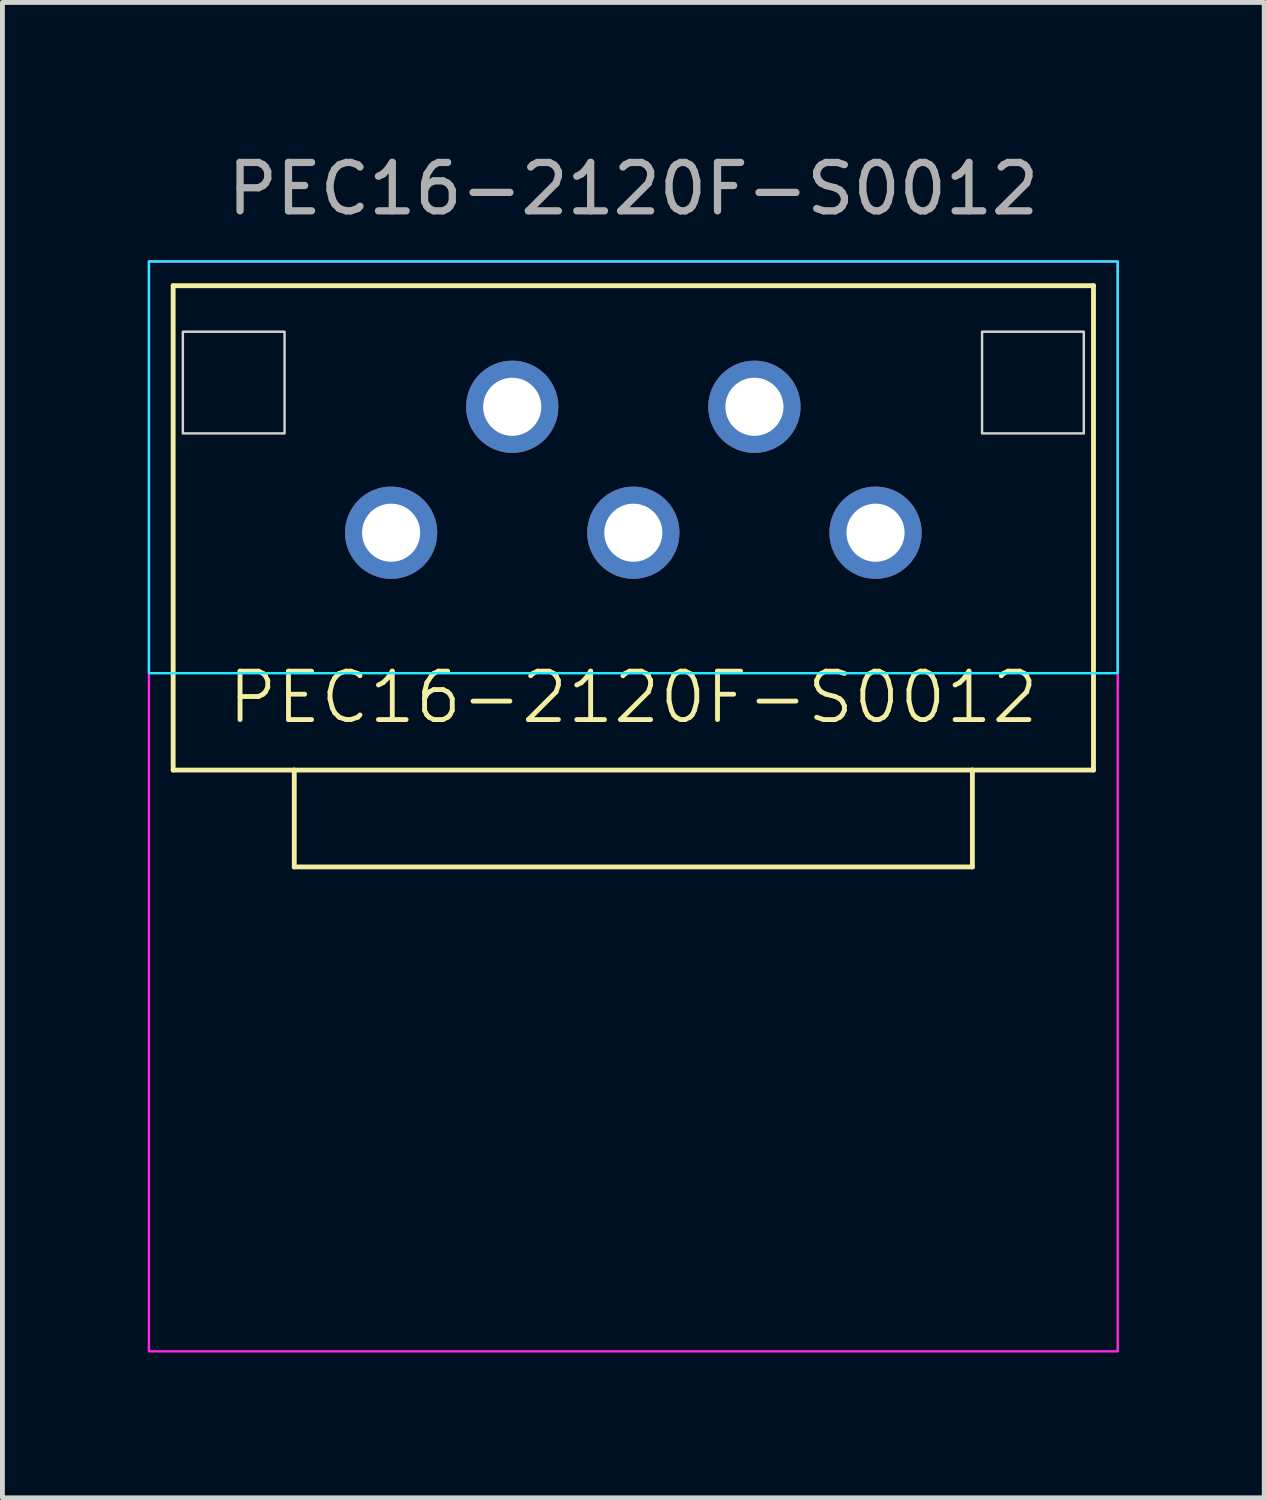
<source format=kicad_pcb>
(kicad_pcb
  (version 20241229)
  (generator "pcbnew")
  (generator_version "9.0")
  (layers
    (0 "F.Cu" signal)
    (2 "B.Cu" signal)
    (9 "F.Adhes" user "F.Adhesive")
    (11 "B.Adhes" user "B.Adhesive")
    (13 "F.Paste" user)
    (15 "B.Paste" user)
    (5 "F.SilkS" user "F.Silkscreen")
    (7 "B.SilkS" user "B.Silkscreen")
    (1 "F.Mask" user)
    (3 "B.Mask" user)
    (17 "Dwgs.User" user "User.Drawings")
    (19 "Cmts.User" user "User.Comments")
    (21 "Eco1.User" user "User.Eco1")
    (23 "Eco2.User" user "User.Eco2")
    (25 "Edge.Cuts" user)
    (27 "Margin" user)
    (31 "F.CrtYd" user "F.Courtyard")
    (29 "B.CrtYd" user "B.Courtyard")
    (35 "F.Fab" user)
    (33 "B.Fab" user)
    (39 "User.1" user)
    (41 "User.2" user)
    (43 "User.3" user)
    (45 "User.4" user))
  (footprint "PEC16-2120F-S0012"
    (layer "F.Cu")
    (at 10.025 4.848)
    (property "Reference" "PEC16-2120F-S0012" (at 0 6.5 0) (unlocked yes) (layer "F.SilkS") (effects (font (size 1 1) (thickness 0.1))))
    (attr smd)
    (fp_line (start -9.5 -2) (end 9.5 -2) (stroke (width 0.1) (type default)) (layer "F.SilkS"))
    (fp_line (start -9.5 8) (end -9.5 -2) (stroke (width 0.1) (type default)) (layer "F.SilkS"))
    (fp_line (start -9.5 8) (end -7 8) (stroke (width 0.1) (type default)) (layer "F.SilkS"))
    (fp_line (start -7 8) (end -7 10) (stroke (width 0.1) (type default)) (layer "F.SilkS"))
    (fp_line (start -7 8) (end 7 8) (stroke (width 0.1) (type default)) (layer "F.SilkS"))
    (fp_line (start -7 10) (end 7 10) (stroke (width 0.1) (type default)) (layer "F.SilkS"))
    (fp_line (start 7 8) (end 9.5 8) (stroke (width 0.1) (type default)) (layer "F.SilkS"))
    (fp_line (start 7 10) (end 7 8) (stroke (width 0.1) (type default)) (layer "F.SilkS"))
    (fp_line (start 9.5 -2) (end 9.5 8) (stroke (width 0.1) (type default)) (layer "F.SilkS"))
    (fp_rect (start -9.3 -1.05) (end -7.2 1.05) (stroke (width 0.05) (type solid)) (fill no) (layer "Edge.Cuts"))
    (fp_rect (start 9.3 -1.05) (end 7.2 1.05) (stroke (width 0.05) (type solid)) (fill no) (layer "Edge.Cuts"))
    (fp_rect (start -10 -2.5) (end 10 6) (stroke (width 0.05) (type default)) (fill no) (layer "B.CrtYd"))
    (fp_rect (start -10 -2.5) (end 10 20) (stroke (width 0.05) (type default)) (fill no) (layer "F.CrtYd"))
    (fp_text user "${REFERENCE}" (at 0 -4 0) (unlocked yes) (layer "F.Fab") (effects (font (size 1 1) (thickness 0.15))))
    (pad "A" thru_hole circle (at -5 3.1) (size 1.905 1.905) (drill 1.2) (layers "*.Cu" "*.Mask"))
    (pad "B" thru_hole circle (at 0 3.1) (size 1.905 1.905) (drill 1.2) (layers "*.Cu" "*.Mask"))
    (pad "C" thru_hole circle (at 5 3.1) (size 1.905 1.905) (drill 1.2) (layers "*.Cu" "*.Mask"))
    (pad "S1" thru_hole circle (at -2.5 0.5) (size 1.905 1.905) (drill 1.2) (layers "*.Cu" "*.Mask"))
    (pad "S2" thru_hole circle (at 2.5 0.5) (size 1.905 1.905) (drill 1.2) (layers "*.Cu" "*.Mask")))
  (gr_rect
    (start -3 -3)
    (end 23.05 27.873)
    (stroke (width 0.1) (type default))
    (fill no)
    (layer "Edge.Cuts")))
</source>
